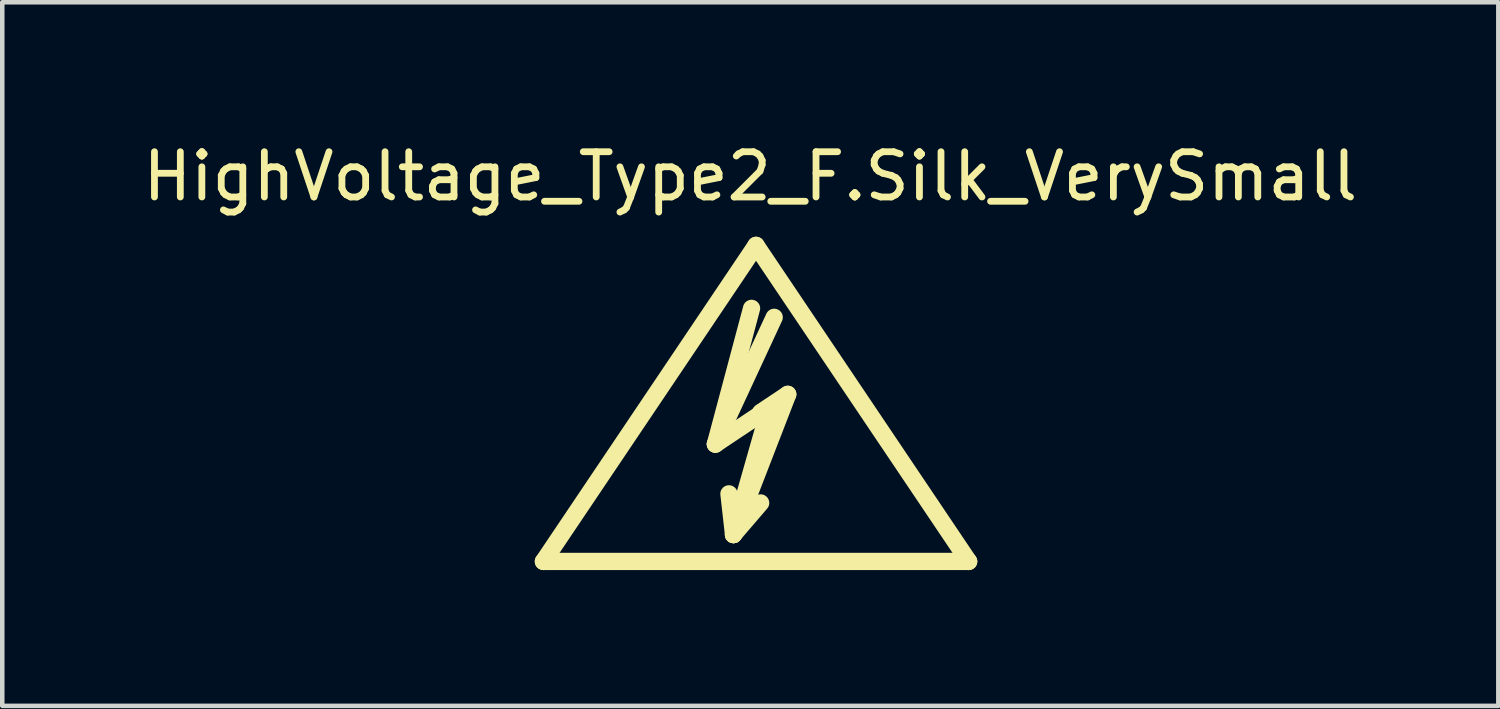
<source format=kicad_pcb>
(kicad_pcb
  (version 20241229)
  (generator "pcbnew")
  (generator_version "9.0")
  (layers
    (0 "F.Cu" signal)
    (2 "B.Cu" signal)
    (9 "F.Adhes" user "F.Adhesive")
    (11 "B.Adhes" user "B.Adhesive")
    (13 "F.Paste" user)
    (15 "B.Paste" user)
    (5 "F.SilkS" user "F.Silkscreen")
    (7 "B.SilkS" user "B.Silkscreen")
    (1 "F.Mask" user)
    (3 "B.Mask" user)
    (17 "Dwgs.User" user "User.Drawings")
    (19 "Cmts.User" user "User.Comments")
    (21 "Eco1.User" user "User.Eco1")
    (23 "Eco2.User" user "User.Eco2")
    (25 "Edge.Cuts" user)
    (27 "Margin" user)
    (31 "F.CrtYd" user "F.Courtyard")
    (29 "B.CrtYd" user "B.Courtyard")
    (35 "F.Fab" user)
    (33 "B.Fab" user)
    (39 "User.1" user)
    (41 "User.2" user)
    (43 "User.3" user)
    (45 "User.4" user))
  (footprint "HighVoltage_Type2_F.Silk_VerySmall"
    (layer "F.Cu")
    (at 13.657 6.563)
    (property "Reference" "HighVoltage_Type2_F.Silk_VerySmall" (at -0.127 -5.715 0) (layer "F.SilkS") (effects (font (size 1 1) (thickness 0.15))))
    (attr through_hole)
    (fp_line (start -4.699 2.794) (end 0 -4.191) (stroke (width 0.381) (type solid)) (layer "F.SilkS"))
    (fp_line (start -0.899 0.201) (end 0.3 -0.599) (stroke (width 0.381) (type solid)) (layer "F.SilkS"))
    (fp_line (start -0.899 0.201) (end 0.401 -2.601) (stroke (width 0.381) (type solid)) (layer "F.SilkS"))
    (fp_line (start -0.498 2.2) (end -0.599 1.3) (stroke (width 0.381) (type solid)) (layer "F.SilkS"))
    (fp_line (start -0.498 2.2) (end 0.102 1.501) (stroke (width 0.381) (type solid)) (layer "F.SilkS"))
    (fp_line (start -0.498 2.2) (end 0.701 -0.899) (stroke (width 0.381) (type solid)) (layer "F.SilkS"))
    (fp_line (start -0.099 -2.799) (end -0.899 0.201) (stroke (width 0.381) (type solid)) (layer "F.SilkS"))
    (fp_line (start 0 -4.191) (end 4.699 2.794) (stroke (width 0.381) (type solid)) (layer "F.SilkS"))
    (fp_line (start 0.3 -0.599) (end -0.498 2.2) (stroke (width 0.381) (type solid)) (layer "F.SilkS"))
    (fp_line (start 0.701 -0.899) (end 0.102 -0.5) (stroke (width 0.381) (type solid)) (layer "F.SilkS"))
    (fp_line (start 4.699 2.794) (end -4.699 2.794) (stroke (width 0.381) (type solid)) (layer "F.SilkS")))
  (gr_rect
    (start -3 -3)
    (end 30.06 12.548)
    (stroke (width 0.1) (type default))
    (fill no)
    (layer "Edge.Cuts")))
</source>
